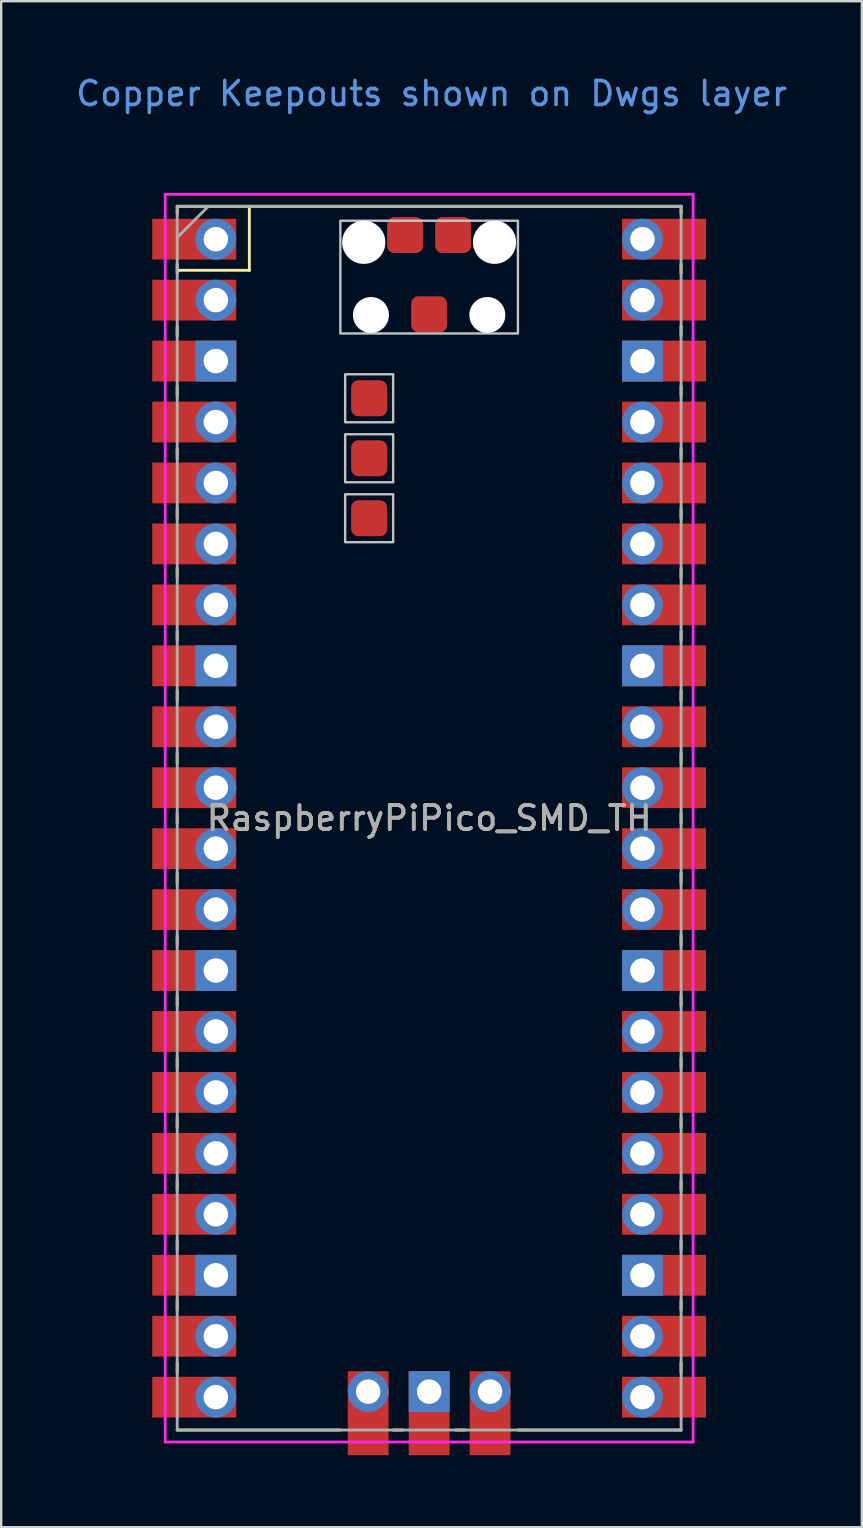
<source format=kicad_pcb>
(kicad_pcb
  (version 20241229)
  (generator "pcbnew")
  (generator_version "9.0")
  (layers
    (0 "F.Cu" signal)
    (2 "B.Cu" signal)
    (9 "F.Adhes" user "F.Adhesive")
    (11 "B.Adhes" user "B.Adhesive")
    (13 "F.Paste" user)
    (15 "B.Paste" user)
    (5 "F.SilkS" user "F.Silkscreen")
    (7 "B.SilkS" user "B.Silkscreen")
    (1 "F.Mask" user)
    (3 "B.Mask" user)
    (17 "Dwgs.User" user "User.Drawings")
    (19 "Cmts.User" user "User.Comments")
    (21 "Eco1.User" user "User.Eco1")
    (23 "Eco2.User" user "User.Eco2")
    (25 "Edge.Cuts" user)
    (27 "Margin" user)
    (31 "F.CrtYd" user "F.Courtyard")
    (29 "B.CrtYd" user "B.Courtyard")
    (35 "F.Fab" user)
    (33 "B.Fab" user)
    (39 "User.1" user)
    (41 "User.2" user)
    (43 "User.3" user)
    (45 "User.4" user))
  (footprint "RaspberryPiPico_SMD_TH"
    (layer "F.Cu")
    (at 14.835 31.048)
    (property "Reference" "RaspberryPiPico_SMD_TH" (at 0 0 0) (layer "F.SilkS") (effects (font (size 1 1) (thickness 0.15))))
    (attr through_hole)
    (fp_line (start -10.5 -25.5) (end -10.5 -25.2) (stroke (width 0.12) (type solid)) (layer "F.SilkS"))
    (fp_line (start -10.5 -25.5) (end 10.5 -25.5) (stroke (width 0.12) (type solid)) (layer "F.SilkS"))
    (fp_line (start -10.5 -23.1) (end -10.5 -22.7) (stroke (width 0.12) (type solid)) (layer "F.SilkS"))
    (fp_line (start -10.5 -22.833) (end -7.493 -22.833) (stroke (width 0.12) (type solid)) (layer "F.SilkS"))
    (fp_line (start -10.5 -20.5) (end -10.5 -20.1) (stroke (width 0.12) (type solid)) (layer "F.SilkS"))
    (fp_line (start -10.5 -18) (end -10.5 -17.6) (stroke (width 0.12) (type solid)) (layer "F.SilkS"))
    (fp_line (start -10.5 -15.4) (end -10.5 -15) (stroke (width 0.12) (type solid)) (layer "F.SilkS"))
    (fp_line (start -10.5 -12.9) (end -10.5 -12.5) (stroke (width 0.12) (type solid)) (layer "F.SilkS"))
    (fp_line (start -10.5 -10.4) (end -10.5 -10) (stroke (width 0.12) (type solid)) (layer "F.SilkS"))
    (fp_line (start -10.5 -7.8) (end -10.5 -7.4) (stroke (width 0.12) (type solid)) (layer "F.SilkS"))
    (fp_line (start -10.5 -5.3) (end -10.5 -4.9) (stroke (width 0.12) (type solid)) (layer "F.SilkS"))
    (fp_line (start -10.5 -2.7) (end -10.5 -2.3) (stroke (width 0.12) (type solid)) (layer "F.SilkS"))
    (fp_line (start -10.5 -0.2) (end -10.5 0.2) (stroke (width 0.12) (type solid)) (layer "F.SilkS"))
    (fp_line (start -10.5 2.3) (end -10.5 2.7) (stroke (width 0.12) (type solid)) (layer "F.SilkS"))
    (fp_line (start -10.5 4.9) (end -10.5 5.3) (stroke (width 0.12) (type solid)) (layer "F.SilkS"))
    (fp_line (start -10.5 7.4) (end -10.5 7.8) (stroke (width 0.12) (type solid)) (layer "F.SilkS"))
    (fp_line (start -10.5 10) (end -10.5 10.4) (stroke (width 0.12) (type solid)) (layer "F.SilkS"))
    (fp_line (start -10.5 12.5) (end -10.5 12.9) (stroke (width 0.12) (type solid)) (layer "F.SilkS"))
    (fp_line (start -10.5 15.1) (end -10.5 15.5) (stroke (width 0.12) (type solid)) (layer "F.SilkS"))
    (fp_line (start -10.5 17.6) (end -10.5 18) (stroke (width 0.12) (type solid)) (layer "F.SilkS"))
    (fp_line (start -10.5 20.1) (end -10.5 20.5) (stroke (width 0.12) (type solid)) (layer "F.SilkS"))
    (fp_line (start -10.5 22.7) (end -10.5 23.1) (stroke (width 0.12) (type solid)) (layer "F.SilkS"))
    (fp_line (start -7.493 -22.833) (end -7.493 -25.5) (stroke (width 0.12) (type solid)) (layer "F.SilkS"))
    (fp_line (start -3.7 25.5) (end -10.5 25.5) (stroke (width 0.12) (type solid)) (layer "F.SilkS"))
    (fp_line (start -1.5 25.5) (end -1.1 25.5) (stroke (width 0.12) (type solid)) (layer "F.SilkS"))
    (fp_line (start 1.1 25.5) (end 1.5 25.5) (stroke (width 0.12) (type solid)) (layer "F.SilkS"))
    (fp_line (start 10.5 -25.5) (end 10.5 -25.2) (stroke (width 0.12) (type solid)) (layer "F.SilkS"))
    (fp_line (start 10.5 -23.1) (end 10.5 -22.7) (stroke (width 0.12) (type solid)) (layer "F.SilkS"))
    (fp_line (start 10.5 -20.5) (end 10.5 -20.1) (stroke (width 0.12) (type solid)) (layer "F.SilkS"))
    (fp_line (start 10.5 -18) (end 10.5 -17.6) (stroke (width 0.12) (type solid)) (layer "F.SilkS"))
    (fp_line (start 10.5 -15.4) (end 10.5 -15) (stroke (width 0.12) (type solid)) (layer "F.SilkS"))
    (fp_line (start 10.5 -12.9) (end 10.5 -12.5) (stroke (width 0.12) (type solid)) (layer "F.SilkS"))
    (fp_line (start 10.5 -10.4) (end 10.5 -10) (stroke (width 0.12) (type solid)) (layer "F.SilkS"))
    (fp_line (start 10.5 -7.8) (end 10.5 -7.4) (stroke (width 0.12) (type solid)) (layer "F.SilkS"))
    (fp_line (start 10.5 -5.3) (end 10.5 -4.9) (stroke (width 0.12) (type solid)) (layer "F.SilkS"))
    (fp_line (start 10.5 -2.7) (end 10.5 -2.3) (stroke (width 0.12) (type solid)) (layer "F.SilkS"))
    (fp_line (start 10.5 -0.2) (end 10.5 0.2) (stroke (width 0.12) (type solid)) (layer "F.SilkS"))
    (fp_line (start 10.5 2.3) (end 10.5 2.7) (stroke (width 0.12) (type solid)) (layer "F.SilkS"))
    (fp_line (start 10.5 4.9) (end 10.5 5.3) (stroke (width 0.12) (type solid)) (layer "F.SilkS"))
    (fp_line (start 10.5 7.4) (end 10.5 7.8) (stroke (width 0.12) (type solid)) (layer "F.SilkS"))
    (fp_line (start 10.5 10) (end 10.5 10.4) (stroke (width 0.12) (type solid)) (layer "F.SilkS"))
    (fp_line (start 10.5 12.5) (end 10.5 12.9) (stroke (width 0.12) (type solid)) (layer "F.SilkS"))
    (fp_line (start 10.5 15.1) (end 10.5 15.5) (stroke (width 0.12) (type solid)) (layer "F.SilkS"))
    (fp_line (start 10.5 17.6) (end 10.5 18) (stroke (width 0.12) (type solid)) (layer "F.SilkS"))
    (fp_line (start 10.5 20.1) (end 10.5 20.5) (stroke (width 0.12) (type solid)) (layer "F.SilkS"))
    (fp_line (start 10.5 22.7) (end 10.5 23.1) (stroke (width 0.12) (type solid)) (layer "F.SilkS"))
    (fp_line (start 10.5 25.5) (end 3.7 25.5) (stroke (width 0.12) (type solid)) (layer "F.SilkS"))
    (fp_poly (pts (xy -1.5 -16.5) (xy -3.5 -16.5) (xy -3.5 -18.5) (xy -1.5 -18.5)) (stroke (width 0.1) (type solid)) (fill no) (layer "Dwgs.User"))
    (fp_poly (pts (xy -1.5 -14) (xy -3.5 -14) (xy -3.5 -16) (xy -1.5 -16)) (stroke (width 0.1) (type solid)) (fill no) (layer "Dwgs.User"))
    (fp_poly (pts (xy -1.5 -11.5) (xy -3.5 -11.5) (xy -3.5 -13.5) (xy -1.5 -13.5)) (stroke (width 0.1) (type solid)) (fill no) (layer "Dwgs.User"))
    (fp_poly (pts (xy 3.7 -20.2) (xy -3.7 -20.2) (xy -3.7 -24.9) (xy 3.7 -24.9)) (stroke (width 0.1) (type solid)) (fill no) (layer "Dwgs.User"))
    (fp_line (start -11 -26) (end 11 -26) (stroke (width 0.12) (type solid)) (layer "F.CrtYd"))
    (fp_line (start -11 26) (end -11 -26) (stroke (width 0.12) (type solid)) (layer "F.CrtYd"))
    (fp_line (start 11 -26) (end 11 26) (stroke (width 0.12) (type solid)) (layer "F.CrtYd"))
    (fp_line (start 11 26) (end -11 26) (stroke (width 0.12) (type solid)) (layer "F.CrtYd"))
    (fp_line (start -10.5 -25.5) (end 10.5 -25.5) (stroke (width 0.12) (type solid)) (layer "F.Fab"))
    (fp_line (start -10.5 -24.2) (end -9.2 -25.5) (stroke (width 0.12) (type solid)) (layer "F.Fab"))
    (fp_line (start -10.5 25.5) (end -10.5 -25.5) (stroke (width 0.12) (type solid)) (layer "F.Fab"))
    (fp_line (start 10.5 -25.5) (end 10.5 25.5) (stroke (width 0.12) (type solid)) (layer "F.Fab"))
    (fp_line (start 10.5 25.5) (end -10.5 25.5) (stroke (width 0.12) (type solid)) (layer "F.Fab"))
    (fp_text user "Copper Keepouts shown on Dwgs layer" (at 0.1 -30.2 0) (layer "Cmts.User") (effects (font (size 1 1) (thickness 0.15))))
    (fp_text user "${REFERENCE}" (at 0 0 180) (layer "F.Fab") (effects (font (size 1 1) (thickness 0.15))))
    (pad "" np_thru_hole oval (at -2.725 -24) (size 1.8 1.8) (drill 1.8) (layers "*.Cu" "*.Mask"))
    (pad "" np_thru_hole oval (at -2.425 -20.97) (size 1.5 1.5) (drill 1.5) (layers "*.Cu" "*.Mask"))
    (pad "" np_thru_hole oval (at 2.425 -20.97) (size 1.5 1.5) (drill 1.5) (layers "*.Cu" "*.Mask"))
    (pad "" np_thru_hole oval (at 2.725 -24) (size 1.8 1.8) (drill 1.8) (layers "*.Cu" "*.Mask"))
    (pad "1" thru_hole oval (at -8.89 -24.13) (size 1.7 1.7) (drill 1.02) (layers "*.Cu" "*.Mask"))
    (pad "1" smd rect (at -8.89 -24.13) (size 3.5 1.7) (drill (offset -0.9 0)) (layers "F.Cu" "F.Mask"))
    (pad "2" thru_hole oval (at -8.89 -21.59) (size 1.7 1.7) (drill 1.02) (layers "*.Cu" "*.Mask"))
    (pad "2" smd rect (at -8.89 -21.59) (size 3.5 1.7) (drill (offset -0.9 0)) (layers "F.Cu" "F.Mask"))
    (pad "3" thru_hole rect (at -8.89 -19.05) (size 1.7 1.7) (drill 1.02) (layers "*.Cu" "*.Mask"))
    (pad "3" smd rect (at -8.89 -19.05) (size 3.5 1.7) (drill (offset -0.9 0)) (layers "F.Cu" "F.Mask"))
    (pad "4" thru_hole oval (at -8.89 -16.51) (size 1.7 1.7) (drill 1.02) (layers "*.Cu" "*.Mask"))
    (pad "4" smd rect (at -8.89 -16.51) (size 3.5 1.7) (drill (offset -0.9 0)) (layers "F.Cu" "F.Mask"))
    (pad "5" thru_hole oval (at -8.89 -13.97) (size 1.7 1.7) (drill 1.02) (layers "*.Cu" "*.Mask"))
    (pad "5" smd rect (at -8.89 -13.97) (size 3.5 1.7) (drill (offset -0.9 0)) (layers "F.Cu" "F.Mask"))
    (pad "6" thru_hole oval (at -8.89 -11.43) (size 1.7 1.7) (drill 1.02) (layers "*.Cu" "*.Mask"))
    (pad "6" smd rect (at -8.89 -11.43) (size 3.5 1.7) (drill (offset -0.9 0)) (layers "F.Cu" "F.Mask"))
    (pad "7" thru_hole oval (at -8.89 -8.89) (size 1.7 1.7) (drill 1.02) (layers "*.Cu" "*.Mask"))
    (pad "7" smd rect (at -8.89 -8.89) (size 3.5 1.7) (drill (offset -0.9 0)) (layers "F.Cu" "F.Mask"))
    (pad "8" thru_hole rect (at -8.89 -6.35) (size 1.7 1.7) (drill 1.02) (layers "*.Cu" "*.Mask"))
    (pad "8" smd rect (at -8.89 -6.35) (size 3.5 1.7) (drill (offset -0.9 0)) (layers "F.Cu" "F.Mask"))
    (pad "9" thru_hole oval (at -8.89 -3.81) (size 1.7 1.7) (drill 1.02) (layers "*.Cu" "*.Mask"))
    (pad "9" smd rect (at -8.89 -3.81) (size 3.5 1.7) (drill (offset -0.9 0)) (layers "F.Cu" "F.Mask"))
    (pad "10" thru_hole oval (at -8.89 -1.27) (size 1.7 1.7) (drill 1.02) (layers "*.Cu" "*.Mask"))
    (pad "10" smd rect (at -8.89 -1.27) (size 3.5 1.7) (drill (offset -0.9 0)) (layers "F.Cu" "F.Mask"))
    (pad "11" thru_hole oval (at -8.89 1.27) (size 1.7 1.7) (drill 1.02) (layers "*.Cu" "*.Mask"))
    (pad "11" smd rect (at -8.89 1.27) (size 3.5 1.7) (drill (offset -0.9 0)) (layers "F.Cu" "F.Mask"))
    (pad "12" thru_hole oval (at -8.89 3.81) (size 1.7 1.7) (drill 1.02) (layers "*.Cu" "*.Mask"))
    (pad "12" smd rect (at -8.89 3.81) (size 3.5 1.7) (drill (offset -0.9 0)) (layers "F.Cu" "F.Mask"))
    (pad "13" thru_hole rect (at -8.89 6.35) (size 1.7 1.7) (drill 1.02) (layers "*.Cu" "*.Mask"))
    (pad "13" smd rect (at -8.89 6.35) (size 3.5 1.7) (drill (offset -0.9 0)) (layers "F.Cu" "F.Mask"))
    (pad "14" thru_hole oval (at -8.89 8.89) (size 1.7 1.7) (drill 1.02) (layers "*.Cu" "*.Mask"))
    (pad "14" smd rect (at -8.89 8.89) (size 3.5 1.7) (drill (offset -0.9 0)) (layers "F.Cu" "F.Mask"))
    (pad "15" thru_hole oval (at -8.89 11.43) (size 1.7 1.7) (drill 1.02) (layers "*.Cu" "*.Mask"))
    (pad "15" smd rect (at -8.89 11.43) (size 3.5 1.7) (drill (offset -0.9 0)) (layers "F.Cu" "F.Mask"))
    (pad "16" thru_hole oval (at -8.89 13.97) (size 1.7 1.7) (drill 1.02) (layers "*.Cu" "*.Mask"))
    (pad "16" smd rect (at -8.89 13.97) (size 3.5 1.7) (drill (offset -0.9 0)) (layers "F.Cu" "F.Mask"))
    (pad "17" thru_hole oval (at -8.89 16.51) (size 1.7 1.7) (drill 1.02) (layers "*.Cu" "*.Mask"))
    (pad "17" smd rect (at -8.89 16.51) (size 3.5 1.7) (drill (offset -0.9 0)) (layers "F.Cu" "F.Mask"))
    (pad "18" thru_hole rect (at -8.89 19.05) (size 1.7 1.7) (drill 1.02) (layers "*.Cu" "*.Mask"))
    (pad "18" smd rect (at -8.89 19.05) (size 3.5 1.7) (drill (offset -0.9 0)) (layers "F.Cu" "F.Mask"))
    (pad "19" thru_hole oval (at -8.89 21.59) (size 1.7 1.7) (drill 1.02) (layers "*.Cu" "*.Mask"))
    (pad "19" smd rect (at -8.89 21.59) (size 3.5 1.7) (drill (offset -0.9 0)) (layers "F.Cu" "F.Mask"))
    (pad "20" thru_hole oval (at -8.89 24.13) (size 1.7 1.7) (drill 1.02) (layers "*.Cu" "*.Mask"))
    (pad "20" smd rect (at -8.89 24.13) (size 3.5 1.7) (drill (offset -0.9 0)) (layers "F.Cu" "F.Mask"))
    (pad "21" thru_hole oval (at 8.89 24.13) (size 1.7 1.7) (drill 1.02) (layers "*.Cu" "*.Mask"))
    (pad "21" smd rect (at 8.89 24.13) (size 3.5 1.7) (drill (offset 0.9 0)) (layers "F.Cu" "F.Mask"))
    (pad "22" thru_hole oval (at 8.89 21.59) (size 1.7 1.7) (drill 1.02) (layers "*.Cu" "*.Mask"))
    (pad "22" smd rect (at 8.89 21.59) (size 3.5 1.7) (drill (offset 0.9 0)) (layers "F.Cu" "F.Mask"))
    (pad "23" thru_hole rect (at 8.89 19.05) (size 1.7 1.7) (drill 1.02) (layers "*.Cu" "*.Mask"))
    (pad "23" smd rect (at 8.89 19.05) (size 3.5 1.7) (drill (offset 0.9 0)) (layers "F.Cu" "F.Mask"))
    (pad "24" thru_hole oval (at 8.89 16.51) (size 1.7 1.7) (drill 1.02) (layers "*.Cu" "*.Mask"))
    (pad "24" smd rect (at 8.89 16.51) (size 3.5 1.7) (drill (offset 0.9 0)) (layers "F.Cu" "F.Mask"))
    (pad "25" thru_hole oval (at 8.89 13.97) (size 1.7 1.7) (drill 1.02) (layers "*.Cu" "*.Mask"))
    (pad "25" smd rect (at 8.89 13.97) (size 3.5 1.7) (drill (offset 0.9 0)) (layers "F.Cu" "F.Mask"))
    (pad "26" thru_hole oval (at 8.89 11.43) (size 1.7 1.7) (drill 1.02) (layers "*.Cu" "*.Mask"))
    (pad "26" smd rect (at 8.89 11.43) (size 3.5 1.7) (drill (offset 0.9 0)) (layers "F.Cu" "F.Mask"))
    (pad "27" thru_hole oval (at 8.89 8.89) (size 1.7 1.7) (drill 1.02) (layers "*.Cu" "*.Mask"))
    (pad "27" smd rect (at 8.89 8.89) (size 3.5 1.7) (drill (offset 0.9 0)) (layers "F.Cu" "F.Mask"))
    (pad "28" thru_hole rect (at 8.89 6.35) (size 1.7 1.7) (drill 1.02) (layers "*.Cu" "*.Mask"))
    (pad "28" smd rect (at 8.89 6.35) (size 3.5 1.7) (drill (offset 0.9 0)) (layers "F.Cu" "F.Mask"))
    (pad "29" thru_hole oval (at 8.89 3.81) (size 1.7 1.7) (drill 1.02) (layers "*.Cu" "*.Mask"))
    (pad "29" smd rect (at 8.89 3.81) (size 3.5 1.7) (drill (offset 0.9 0)) (layers "F.Cu" "F.Mask"))
    (pad "30" thru_hole oval (at 8.89 1.27) (size 1.7 1.7) (drill 1.02) (layers "*.Cu" "*.Mask"))
    (pad "30" smd rect (at 8.89 1.27) (size 3.5 1.7) (drill (offset 0.9 0)) (layers "F.Cu" "F.Mask"))
    (pad "31" thru_hole oval (at 8.89 -1.27) (size 1.7 1.7) (drill 1.02) (layers "*.Cu" "*.Mask"))
    (pad "31" smd rect (at 8.89 -1.27) (size 3.5 1.7) (drill (offset 0.9 0)) (layers "F.Cu" "F.Mask"))
    (pad "32" thru_hole oval (at 8.89 -3.81) (size 1.7 1.7) (drill 1.02) (layers "*.Cu" "*.Mask"))
    (pad "32" smd rect (at 8.89 -3.81) (size 3.5 1.7) (drill (offset 0.9 0)) (layers "F.Cu" "F.Mask"))
    (pad "33" thru_hole rect (at 8.89 -6.35) (size 1.7 1.7) (drill 1.02) (layers "*.Cu" "*.Mask"))
    (pad "33" smd rect (at 8.89 -6.35) (size 3.5 1.7) (drill (offset 0.9 0)) (layers "F.Cu" "F.Mask"))
    (pad "34" thru_hole oval (at 8.89 -8.89) (size 1.7 1.7) (drill 1.02) (layers "*.Cu" "*.Mask"))
    (pad "34" smd rect (at 8.89 -8.89) (size 3.5 1.7) (drill (offset 0.9 0)) (layers "F.Cu" "F.Mask"))
    (pad "35" thru_hole oval (at 8.89 -11.43) (size 1.7 1.7) (drill 1.02) (layers "*.Cu" "*.Mask"))
    (pad "35" smd rect (at 8.89 -11.43) (size 3.5 1.7) (drill (offset 0.9 0)) (layers "F.Cu" "F.Mask"))
    (pad "36" thru_hole oval (at 8.89 -13.97) (size 1.7 1.7) (drill 1.02) (layers "*.Cu" "*.Mask"))
    (pad "36" smd rect (at 8.89 -13.97) (size 3.5 1.7) (drill (offset 0.9 0)) (layers "F.Cu" "F.Mask"))
    (pad "37" thru_hole oval (at 8.89 -16.51) (size 1.7 1.7) (drill 1.02) (layers "*.Cu" "*.Mask"))
    (pad "37" smd rect (at 8.89 -16.51) (size 3.5 1.7) (drill (offset 0.9 0)) (layers "F.Cu" "F.Mask"))
    (pad "38" thru_hole rect (at 8.89 -19.05) (size 1.7 1.7) (drill 1.02) (layers "*.Cu" "*.Mask"))
    (pad "38" smd rect (at 8.89 -19.05) (size 3.5 1.7) (drill (offset 0.9 0)) (layers "F.Cu" "F.Mask"))
    (pad "39" thru_hole oval (at 8.89 -21.59) (size 1.7 1.7) (drill 1.02) (layers "*.Cu" "*.Mask"))
    (pad "39" smd rect (at 8.89 -21.59) (size 3.5 1.7) (drill (offset 0.9 0)) (layers "F.Cu" "F.Mask"))
    (pad "40" thru_hole oval (at 8.89 -24.13) (size 1.7 1.7) (drill 1.02) (layers "*.Cu" "*.Mask"))
    (pad "40" smd rect (at 8.89 -24.13) (size 3.5 1.7) (drill (offset 0.9 0)) (layers "F.Cu" "F.Mask"))
    (pad "41" thru_hole oval (at -2.54 23.9) (size 1.7 1.7) (drill 1.02) (layers "*.Cu" "*.Mask"))
    (pad "41" smd rect (at -2.54 23.9 90) (size 3.5 1.7) (drill (offset -0.9 0)) (layers "F.Cu" "F.Mask"))
    (pad "42" thru_hole rect (at 0 23.9) (size 1.7 1.7) (drill 1.02) (layers "*.Cu" "*.Mask"))
    (pad "42" smd rect (at 0 23.9 90) (size 3.5 1.7) (drill (offset -0.9 0)) (layers "F.Cu" "F.Mask"))
    (pad "43" thru_hole oval (at 2.54 23.9) (size 1.7 1.7) (drill 1.02) (layers "*.Cu" "*.Mask"))
    (pad "43" smd rect (at 2.54 23.9 90) (size 3.5 1.7) (drill (offset -0.9 0)) (layers "F.Cu" "F.Mask"))
    (pad "44" smd roundrect (at 0 -21) (size 1.5 1.5) (layers "F.Cu" "F.Mask" "F.Paste") (roundrect_rratio 0.2))
    (pad "45" smd roundrect (at 1 -24.3) (size 1.5 1.5) (layers "F.Cu" "F.Mask" "F.Paste") (roundrect_rratio 0.2))
    (pad "46" smd roundrect (at -1 -24.3) (size 1.5 1.5) (layers "F.Cu" "F.Mask" "F.Paste") (roundrect_rratio 0.2))
    (pad "47" smd roundrect (at -2.5 -17.5) (size 1.5 1.5) (layers "F.Cu" "F.Mask" "F.Paste") (roundrect_rratio 0.2))
    (pad "48" smd roundrect (at -2.5 -15) (size 1.5 1.5) (layers "F.Cu" "F.Mask" "F.Paste") (roundrect_rratio 0.2))
    (pad "49" smd roundrect (at -2.5 -12.5) (size 1.5 1.5) (layers "F.Cu" "F.Mask" "F.Paste") (roundrect_rratio 0.2)))
  (gr_rect
    (start -3 -3)
    (end 32.869 60.598)
    (stroke (width 0.1) (type default))
    (fill no)
    (layer "Edge.Cuts")))
</source>
